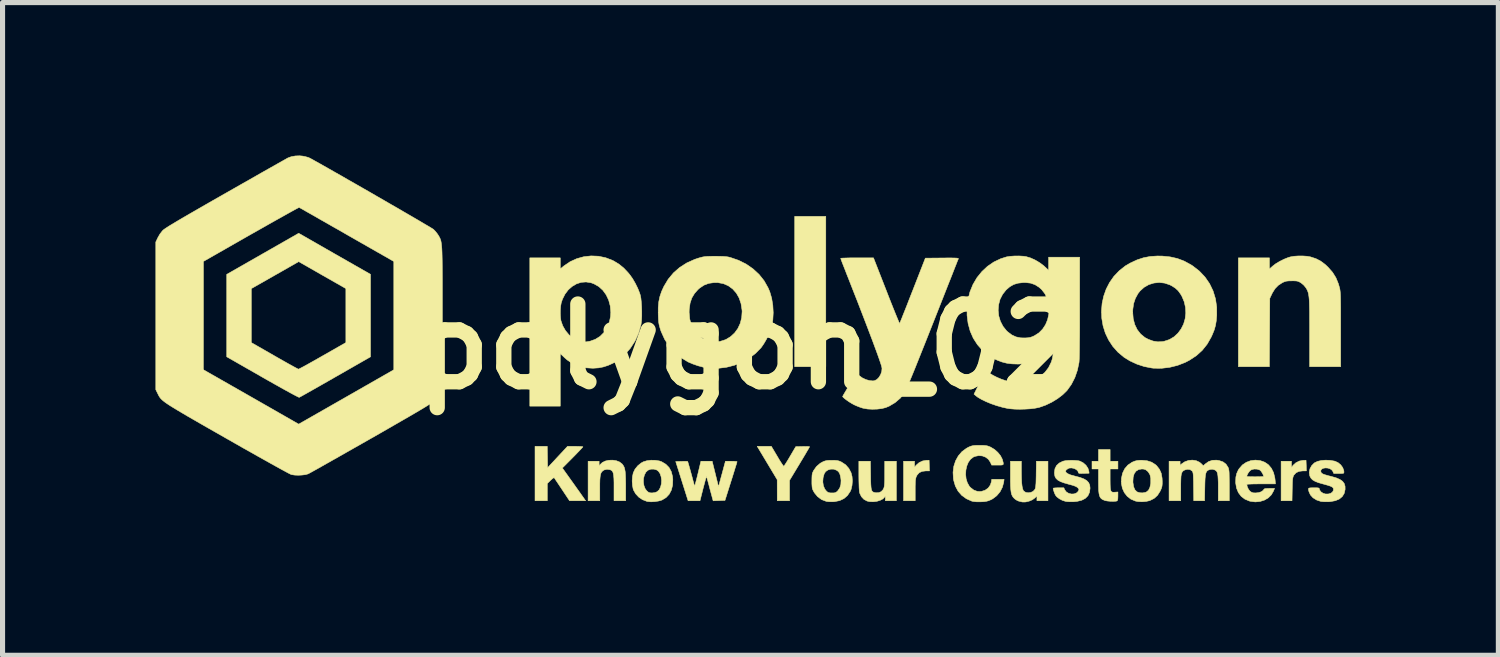
<source format=kicad_pcb>
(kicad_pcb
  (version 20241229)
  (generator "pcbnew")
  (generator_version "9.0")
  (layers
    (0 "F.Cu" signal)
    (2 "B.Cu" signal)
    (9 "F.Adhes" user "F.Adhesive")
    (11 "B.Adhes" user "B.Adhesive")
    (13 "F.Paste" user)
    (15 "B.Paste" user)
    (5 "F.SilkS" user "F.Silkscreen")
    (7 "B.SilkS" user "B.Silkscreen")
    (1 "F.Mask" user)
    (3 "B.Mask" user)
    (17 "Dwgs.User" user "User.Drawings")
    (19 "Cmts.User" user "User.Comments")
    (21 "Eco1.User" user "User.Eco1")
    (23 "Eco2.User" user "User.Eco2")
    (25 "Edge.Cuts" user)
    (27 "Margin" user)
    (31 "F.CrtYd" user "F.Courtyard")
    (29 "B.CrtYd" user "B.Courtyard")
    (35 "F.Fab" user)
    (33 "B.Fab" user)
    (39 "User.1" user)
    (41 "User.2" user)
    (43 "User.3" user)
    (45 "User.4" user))
  (footprint "polygon_02"
    (layer "F.Cu")
    (at 11.619 3.746)
    (property "Reference" "polygon_02" (at 0 0 0) (layer "F.SilkS") (effects (font (size 1.524 1.524) (thickness 0.3))))
    (attr through_hole)
    (fp_poly (pts (xy 1.524 0.394) (xy 0.914 0.394) (xy 0.914 -2.553) (xy 1.524 -2.553) (xy 1.524 0.394)) (stroke (width 0.01) (type solid)) (fill yes) (layer "F.SilkS"))
    (fp_poly (pts (xy 3.553 2.334) (xy 3.557 2.438) (xy 3.483 2.438) (xy 3.411 2.447) (xy 3.356 2.473) (xy 3.315 2.518) (xy 3.302 2.543) (xy 3.292 2.567) (xy 3.286 2.594) (xy 3.281 2.629) (xy 3.279 2.676) (xy 3.277 2.74) (xy 3.277 2.81) (xy 3.277 3.023) (xy 3.048 3.023) (xy 3.048 2.248) (xy 3.264 2.248) (xy 3.264 2.364) (xy 3.297 2.325) (xy 3.353 2.276) (xy 3.422 2.243) (xy 3.491 2.231) (xy 3.55 2.229) (xy 3.553 2.334)) (stroke (width 0.01) (type solid)) (fill yes) (layer "F.SilkS"))
    (fp_poly (pts (xy 10.945 2.334) (xy 10.948 2.438) (xy 10.875 2.438) (xy 10.801 2.447) (xy 10.744 2.475) (xy 10.702 2.521) (xy 10.697 2.53) (xy 10.689 2.549) (xy 10.682 2.575) (xy 10.677 2.61) (xy 10.674 2.66) (xy 10.672 2.727) (xy 10.67 2.797) (xy 10.666 3.023) (xy 10.452 3.023) (xy 10.452 2.248) (xy 10.655 2.248) (xy 10.655 2.308) (xy 10.656 2.369) (xy 10.688 2.327) (xy 10.741 2.279) (xy 10.808 2.245) (xy 10.88 2.231) (xy 10.883 2.231) (xy 10.941 2.229) (xy 10.945 2.334)) (stroke (width 0.01) (type solid)) (fill yes) (layer "F.SilkS"))
    (fp_poly (pts (xy 0.573 2.153) (xy 0.61 2.216) (xy 0.644 2.27) (xy 0.672 2.312) (xy 0.692 2.339) (xy 0.7 2.347) (xy 0.71 2.335) (xy 0.73 2.305) (xy 0.759 2.26) (xy 0.793 2.204) (xy 0.823 2.153) (xy 0.935 1.962) (xy 1.071 1.959) (xy 1.126 1.958) (xy 1.17 1.959) (xy 1.199 1.961) (xy 1.206 1.963) (xy 1.2 1.976) (xy 1.182 2.008) (xy 1.154 2.055) (xy 1.118 2.117) (xy 1.075 2.189) (xy 1.027 2.268) (xy 1.01 2.297) (xy 0.813 2.623) (xy 0.813 3.023) (xy 0.572 3.023) (xy 0.571 2.61) (xy 0.375 2.283) (xy 0.179 1.956) (xy 0.456 1.956) (xy 0.573 2.153)) (stroke (width 0.01) (type solid)) (fill yes) (layer "F.SilkS"))
    (fp_poly (pts (xy -3.934 2.165) (xy -3.931 2.375) (xy -3.54 1.956) (xy -3.389 1.956) (xy -3.331 1.957) (xy -3.283 1.959) (xy -3.25 1.962) (xy -3.239 1.965) (xy -3.239 1.965) (xy -3.247 1.977) (xy -3.271 2.003) (xy -3.308 2.042) (xy -3.355 2.091) (xy -3.41 2.148) (xy -3.44 2.178) (xy -3.642 2.381) (xy -3.465 2.629) (xy -3.412 2.703) (xy -3.361 2.775) (xy -3.314 2.841) (xy -3.275 2.896) (xy -3.247 2.936) (xy -3.237 2.95) (xy -3.186 3.023) (xy -3.501 3.023) (xy -3.646 2.805) (xy -3.69 2.739) (xy -3.73 2.679) (xy -3.763 2.63) (xy -3.787 2.594) (xy -3.799 2.575) (xy -3.8 2.573) (xy -3.814 2.574) (xy -3.841 2.593) (xy -3.873 2.622) (xy -3.937 2.685) (xy -3.937 3.023) (xy -4.178 3.023) (xy -4.178 1.956) (xy -3.938 1.956) (xy -3.934 2.165)) (stroke (width 0.01) (type solid)) (fill yes) (layer "F.SilkS"))
    (fp_poly (pts (xy 7.099 2.248) (xy 7.252 2.248) (xy 7.252 2.4) (xy 7.099 2.4) (xy 7.099 2.609) (xy 7.1 2.695) (xy 7.102 2.759) (xy 7.107 2.804) (xy 7.116 2.833) (xy 7.131 2.849) (xy 7.153 2.856) (xy 7.182 2.856) (xy 7.197 2.855) (xy 7.252 2.851) (xy 7.252 2.935) (xy 7.25 2.984) (xy 7.245 3.012) (xy 7.235 3.026) (xy 7.232 3.028) (xy 7.2 3.033) (xy 7.152 3.035) (xy 7.098 3.033) (xy 7.045 3.028) (xy 7.002 3.02) (xy 6.994 3.017) (xy 6.957 3.002) (xy 6.928 2.984) (xy 6.906 2.959) (xy 6.891 2.926) (xy 6.881 2.88) (xy 6.874 2.818) (xy 6.872 2.738) (xy 6.871 2.635) (xy 6.871 2.632) (xy 6.871 2.4) (xy 6.744 2.4) (xy 6.744 2.248) (xy 6.871 2.248) (xy 6.871 2.019) (xy 7.099 2.019) (xy 7.099 2.248)) (stroke (width 0.01) (type solid)) (fill yes) (layer "F.SilkS"))
    (fp_poly (pts (xy -2.584 2.238) (xy -2.52 2.263) (xy -2.47 2.302) (xy -2.465 2.307) (xy -2.446 2.335) (xy -2.43 2.365) (xy -2.419 2.403) (xy -2.41 2.451) (xy -2.405 2.513) (xy -2.402 2.591) (xy -2.4 2.69) (xy -2.4 2.75) (xy -2.4 3.023) (xy -2.629 3.023) (xy -2.629 2.768) (xy -2.629 2.667) (xy -2.631 2.589) (xy -2.636 2.529) (xy -2.643 2.486) (xy -2.654 2.456) (xy -2.669 2.435) (xy -2.689 2.422) (xy -2.709 2.414) (xy -2.767 2.406) (xy -2.822 2.419) (xy -2.85 2.437) (xy -2.869 2.456) (xy -2.884 2.48) (xy -2.894 2.512) (xy -2.901 2.554) (xy -2.906 2.612) (xy -2.908 2.688) (xy -2.908 2.781) (xy -2.908 3.023) (xy -3.137 3.023) (xy -3.137 2.248) (xy -2.921 2.248) (xy -2.921 2.295) (xy -2.92 2.325) (xy -2.916 2.333) (xy -2.906 2.321) (xy -2.901 2.314) (xy -2.858 2.273) (xy -2.798 2.244) (xy -2.729 2.229) (xy -2.655 2.227) (xy -2.584 2.238)) (stroke (width 0.01) (type solid)) (fill yes) (layer "F.SilkS"))
    (fp_poly (pts (xy 5.359 2.462) (xy 5.361 2.577) (xy 5.365 2.669) (xy 5.373 2.739) (xy 5.384 2.79) (xy 5.398 2.825) (xy 5.406 2.834) (xy 5.444 2.859) (xy 5.492 2.867) (xy 5.544 2.86) (xy 5.589 2.839) (xy 5.622 2.804) (xy 5.623 2.802) (xy 5.631 2.785) (xy 5.637 2.761) (xy 5.641 2.727) (xy 5.645 2.68) (xy 5.647 2.615) (xy 5.649 2.53) (xy 5.649 2.505) (xy 5.653 2.248) (xy 5.88 2.248) (xy 5.88 3.023) (xy 5.664 3.023) (xy 5.664 2.929) (xy 5.623 2.969) (xy 5.573 3.005) (xy 5.51 3.031) (xy 5.444 3.047) (xy 5.382 3.048) (xy 5.353 3.042) (xy 5.332 3.036) (xy 5.306 3.03) (xy 5.275 3.017) (xy 5.238 2.993) (xy 5.226 2.983) (xy 5.202 2.959) (xy 5.183 2.932) (xy 5.168 2.899) (xy 5.158 2.857) (xy 5.151 2.802) (xy 5.146 2.731) (xy 5.144 2.641) (xy 5.144 2.531) (xy 5.144 2.248) (xy 5.359 2.248) (xy 5.359 2.462)) (stroke (width 0.01) (type solid)) (fill yes) (layer "F.SilkS"))
    (fp_poly (pts (xy 2.403 2.526) (xy 2.404 2.625) (xy 2.407 2.701) (xy 2.411 2.758) (xy 2.417 2.799) (xy 2.427 2.827) (xy 2.441 2.845) (xy 2.46 2.856) (xy 2.485 2.863) (xy 2.496 2.865) (xy 2.558 2.866) (xy 2.609 2.845) (xy 2.648 2.804) (xy 2.655 2.789) (xy 2.664 2.768) (xy 2.67 2.743) (xy 2.674 2.71) (xy 2.677 2.667) (xy 2.679 2.607) (xy 2.679 2.528) (xy 2.679 2.492) (xy 2.68 2.248) (xy 2.908 2.248) (xy 2.908 3.023) (xy 2.692 3.023) (xy 2.692 2.975) (xy 2.691 2.946) (xy 2.686 2.94) (xy 2.679 2.949) (xy 2.644 2.986) (xy 2.591 3.014) (xy 2.526 3.034) (xy 2.455 3.043) (xy 2.384 3.04) (xy 2.334 3.029) (xy 2.272 2.996) (xy 2.223 2.944) (xy 2.19 2.876) (xy 2.185 2.855) (xy 2.181 2.823) (xy 2.177 2.771) (xy 2.175 2.704) (xy 2.173 2.625) (xy 2.172 2.541) (xy 2.172 2.52) (xy 2.172 2.248) (xy 2.399 2.248) (xy 2.403 2.526)) (stroke (width 0.01) (type solid)) (fill yes) (layer "F.SilkS"))
    (fp_poly (pts (xy -8.108 -1.819) (xy -7.404 -1.417) (xy -7.404 0.201) (xy -8.093 0.595) (xy -8.215 0.665) (xy -8.331 0.731) (xy -8.438 0.792) (xy -8.535 0.847) (xy -8.62 0.895) (xy -8.691 0.935) (xy -8.746 0.966) (xy -8.783 0.986) (xy -8.801 0.996) (xy -8.801 0.996) (xy -8.816 0.991) (xy -8.85 0.974) (xy -8.902 0.947) (xy -8.971 0.91) (xy -9.055 0.864) (xy -9.152 0.81) (xy -9.259 0.75) (xy -9.376 0.684) (xy -9.5 0.614) (xy -9.522 0.601) (xy -10.223 0.2) (xy -10.223 -0.078) (xy -9.741 -0.078) (xy -9.287 0.182) (xy -9.189 0.238) (xy -9.097 0.29) (xy -9.014 0.337) (xy -8.943 0.376) (xy -8.885 0.408) (xy -8.843 0.43) (xy -8.82 0.442) (xy -8.817 0.443) (xy -8.803 0.437) (xy -8.769 0.42) (xy -8.718 0.393) (xy -8.652 0.357) (xy -8.574 0.313) (xy -8.486 0.264) (xy -8.39 0.209) (xy -8.344 0.183) (xy -7.887 -0.078) (xy -7.887 -1.138) (xy -8.35 -1.402) (xy -8.812 -1.666) (xy -9.277 -1.401) (xy -9.741 -1.137) (xy -9.741 -0.607) (xy -9.741 -0.078) (xy -10.223 -0.078) (xy -10.223 -0.608) (xy -10.223 -1.416) (xy -8.812 -2.222) (xy -8.108 -1.819)) (stroke (width 0.01) (type solid)) (fill yes) (layer "F.SilkS"))
    (fp_poly (pts (xy -1.816 2.23) (xy -1.738 2.243) (xy -1.695 2.258) (xy -1.612 2.308) (xy -1.549 2.372) (xy -1.506 2.452) (xy -1.481 2.549) (xy -1.476 2.606) (xy -1.48 2.716) (xy -1.504 2.813) (xy -1.547 2.895) (xy -1.608 2.96) (xy -1.687 3.008) (xy -1.69 3.009) (xy -1.753 3.028) (xy -1.828 3.04) (xy -1.904 3.044) (xy -1.97 3.038) (xy -1.985 3.035) (xy -2.07 3.002) (xy -2.145 2.951) (xy -2.205 2.886) (xy -2.247 2.812) (xy -2.254 2.79) (xy -2.268 2.717) (xy -2.271 2.655) (xy -2.053 2.655) (xy -2.042 2.725) (xy -2.018 2.787) (xy -1.987 2.828) (xy -1.956 2.855) (xy -1.927 2.867) (xy -1.885 2.87) (xy -1.884 2.87) (xy -1.827 2.863) (xy -1.783 2.846) (xy -1.743 2.808) (xy -1.716 2.754) (xy -1.7 2.69) (xy -1.696 2.621) (xy -1.705 2.554) (xy -1.725 2.493) (xy -1.757 2.445) (xy -1.79 2.42) (xy -1.847 2.403) (xy -1.908 2.404) (xy -1.962 2.424) (xy -1.963 2.424) (xy -2.004 2.463) (xy -2.033 2.519) (xy -2.05 2.585) (xy -2.053 2.655) (xy -2.271 2.655) (xy -2.273 2.633) (xy -2.267 2.55) (xy -2.252 2.479) (xy -2.252 2.477) (xy -2.217 2.404) (xy -2.163 2.337) (xy -2.097 2.283) (xy -2.055 2.26) (xy -1.984 2.238) (xy -1.902 2.228) (xy -1.816 2.23)) (stroke (width 0.01) (type solid)) (fill yes) (layer "F.SilkS"))
    (fp_poly (pts (xy 7.825 2.239) (xy 7.913 2.267) (xy 7.988 2.315) (xy 8.013 2.338) (xy 8.066 2.406) (xy 8.101 2.484) (xy 8.118 2.578) (xy 8.121 2.636) (xy 8.121 2.693) (xy 8.117 2.735) (xy 8.108 2.771) (xy 8.092 2.81) (xy 8.079 2.837) (xy 8.028 2.917) (xy 7.962 2.977) (xy 7.879 3.019) (xy 7.876 3.02) (xy 7.807 3.036) (xy 7.726 3.043) (xy 7.646 3.039) (xy 7.595 3.029) (xy 7.507 2.992) (xy 7.435 2.936) (xy 7.378 2.864) (xy 7.339 2.778) (xy 7.32 2.682) (xy 7.32 2.649) (xy 7.546 2.649) (xy 7.547 2.667) (xy 7.56 2.749) (xy 7.585 2.808) (xy 7.624 2.847) (xy 7.63 2.85) (xy 7.678 2.866) (xy 7.736 2.869) (xy 7.791 2.859) (xy 7.811 2.851) (xy 7.852 2.817) (xy 7.879 2.762) (xy 7.895 2.687) (xy 7.896 2.667) (xy 7.896 2.582) (xy 7.881 2.514) (xy 7.85 2.462) (xy 7.829 2.44) (xy 7.794 2.414) (xy 7.76 2.403) (xy 7.722 2.4) (xy 7.658 2.411) (xy 7.607 2.443) (xy 7.571 2.493) (xy 7.551 2.563) (xy 7.546 2.649) (xy 7.32 2.649) (xy 7.321 2.585) (xy 7.343 2.483) (xy 7.385 2.396) (xy 7.447 2.324) (xy 7.528 2.269) (xy 7.544 2.262) (xy 7.586 2.245) (xy 7.627 2.235) (xy 7.676 2.23) (xy 7.722 2.229) (xy 7.825 2.239)) (stroke (width 0.01) (type solid)) (fill yes) (layer "F.SilkS"))
    (fp_poly (pts (xy -0.642 2.498) (xy -0.58 2.749) (xy -0.525 2.546) (xy -0.505 2.474) (xy -0.487 2.407) (xy -0.472 2.351) (xy -0.461 2.31) (xy -0.457 2.296) (xy -0.444 2.248) (xy -0.33 2.248) (xy -0.28 2.249) (xy -0.241 2.252) (xy -0.219 2.255) (xy -0.216 2.257) (xy -0.22 2.271) (xy -0.23 2.307) (xy -0.247 2.36) (xy -0.268 2.429) (xy -0.293 2.509) (xy -0.321 2.599) (xy -0.335 2.642) (xy -0.453 3.016) (xy -0.685 3.024) (xy -0.704 2.956) (xy -0.714 2.918) (xy -0.729 2.863) (xy -0.747 2.797) (xy -0.765 2.728) (xy -0.767 2.719) (xy -0.784 2.657) (xy -0.798 2.605) (xy -0.809 2.567) (xy -0.815 2.547) (xy -0.816 2.546) (xy -0.82 2.556) (xy -0.829 2.587) (xy -0.843 2.636) (xy -0.86 2.699) (xy -0.879 2.771) (xy -0.882 2.782) (xy -0.943 3.023) (xy -1.176 3.023) (xy -1.419 2.254) (xy -1.305 2.251) (xy -1.254 2.25) (xy -1.213 2.25) (xy -1.189 2.251) (xy -1.185 2.253) (xy -1.18 2.266) (xy -1.17 2.3) (xy -1.155 2.351) (xy -1.137 2.415) (xy -1.117 2.488) (xy -1.116 2.491) (xy -1.096 2.565) (xy -1.079 2.63) (xy -1.064 2.683) (xy -1.054 2.72) (xy -1.05 2.737) (xy -1.049 2.737) (xy -1.045 2.729) (xy -1.037 2.7) (xy -1.024 2.653) (xy -1.008 2.592) (xy -0.99 2.519) (xy -0.985 2.499) (xy -0.925 2.248) (xy -0.704 2.248) (xy -0.642 2.498)) (stroke (width 0.01) (type solid)) (fill yes) (layer "F.SilkS"))
    (fp_poly (pts (xy 1.705 2.231) (xy 1.749 2.235) (xy 1.785 2.244) (xy 1.823 2.26) (xy 1.832 2.265) (xy 1.913 2.318) (xy 1.976 2.39) (xy 2.02 2.475) (xy 2.039 2.55) (xy 2.045 2.635) (xy 2.038 2.722) (xy 2.02 2.8) (xy 2.004 2.838) (xy 1.949 2.92) (xy 1.88 2.98) (xy 1.796 3.02) (xy 1.697 3.04) (xy 1.672 3.042) (xy 1.619 3.043) (xy 1.568 3.04) (xy 1.533 3.035) (xy 1.441 3) (xy 1.364 2.943) (xy 1.301 2.867) (xy 1.281 2.832) (xy 1.267 2.803) (xy 1.258 2.774) (xy 1.254 2.738) (xy 1.251 2.689) (xy 1.251 2.651) (xy 1.465 2.651) (xy 1.476 2.727) (xy 1.503 2.792) (xy 1.531 2.828) (xy 1.558 2.853) (xy 1.584 2.865) (xy 1.618 2.87) (xy 1.645 2.87) (xy 1.689 2.869) (xy 1.718 2.861) (xy 1.743 2.844) (xy 1.759 2.828) (xy 1.797 2.774) (xy 1.819 2.704) (xy 1.823 2.624) (xy 1.817 2.572) (xy 1.804 2.514) (xy 1.788 2.474) (xy 1.765 2.446) (xy 1.736 2.425) (xy 1.681 2.404) (xy 1.622 2.403) (xy 1.567 2.419) (xy 1.521 2.451) (xy 1.493 2.493) (xy 1.471 2.571) (xy 1.465 2.651) (xy 1.251 2.651) (xy 1.251 2.635) (xy 1.252 2.572) (xy 1.254 2.526) (xy 1.259 2.493) (xy 1.269 2.464) (xy 1.284 2.433) (xy 1.285 2.431) (xy 1.341 2.352) (xy 1.415 2.288) (xy 1.473 2.256) (xy 1.511 2.242) (xy 1.554 2.233) (xy 1.61 2.23) (xy 1.645 2.23) (xy 1.705 2.231)) (stroke (width 0.01) (type solid)) (fill yes) (layer "F.SilkS"))
    (fp_poly (pts (xy 10.877 -1.777) (xy 10.961 -1.771) (xy 11.029 -1.759) (xy 11.03 -1.758) (xy 11.135 -1.724) (xy 11.228 -1.676) (xy 11.316 -1.61) (xy 11.373 -1.556) (xy 11.461 -1.456) (xy 11.527 -1.35) (xy 11.575 -1.232) (xy 11.595 -1.163) (xy 11.601 -1.141) (xy 11.605 -1.118) (xy 11.609 -1.092) (xy 11.612 -1.062) (xy 11.615 -1.024) (xy 11.617 -0.977) (xy 11.618 -0.919) (xy 11.619 -0.847) (xy 11.62 -0.759) (xy 11.62 -0.653) (xy 11.62 -0.526) (xy 11.62 -0.377) (xy 11.62 -0.335) (xy 11.62 0.394) (xy 11.011 0.394) (xy 11.011 -0.277) (xy 11.011 -0.435) (xy 11.01 -0.57) (xy 11.01 -0.684) (xy 11.008 -0.779) (xy 11.006 -0.858) (xy 11.003 -0.923) (xy 10.998 -0.975) (xy 10.992 -1.017) (xy 10.985 -1.052) (xy 10.975 -1.082) (xy 10.964 -1.108) (xy 10.951 -1.133) (xy 10.937 -1.155) (xy 10.898 -1.203) (xy 10.848 -1.245) (xy 10.84 -1.251) (xy 10.808 -1.269) (xy 10.78 -1.281) (xy 10.747 -1.287) (xy 10.703 -1.289) (xy 10.663 -1.289) (xy 10.604 -1.288) (xy 10.561 -1.284) (xy 10.526 -1.275) (xy 10.49 -1.26) (xy 10.474 -1.252) (xy 10.397 -1.202) (xy 10.334 -1.137) (xy 10.281 -1.053) (xy 10.27 -1.03) (xy 10.23 -0.946) (xy 10.226 -0.276) (xy 10.222 0.394) (xy 9.614 0.394) (xy 9.614 -1.74) (xy 10.223 -1.74) (xy 10.223 -1.522) (xy 10.289 -1.58) (xy 10.349 -1.626) (xy 10.425 -1.671) (xy 10.509 -1.713) (xy 10.591 -1.746) (xy 10.636 -1.759) (xy 10.705 -1.771) (xy 10.789 -1.777) (xy 10.877 -1.777)) (stroke (width 0.01) (type solid)) (fill yes) (layer "F.SilkS"))
    (fp_poly (pts (xy 8.786 2.237) (xy 8.851 2.267) (xy 8.884 2.294) (xy 8.927 2.337) (xy 8.962 2.304) (xy 9.03 2.255) (xy 9.104 2.23) (xy 9.188 2.227) (xy 9.237 2.235) (xy 9.313 2.261) (xy 9.371 2.305) (xy 9.412 2.368) (xy 9.412 2.368) (xy 9.42 2.387) (xy 9.425 2.41) (xy 9.43 2.439) (xy 9.433 2.478) (xy 9.434 2.532) (xy 9.435 2.603) (xy 9.436 2.694) (xy 9.436 2.721) (xy 9.436 3.023) (xy 9.22 3.023) (xy 9.22 2.778) (xy 9.22 2.676) (xy 9.217 2.597) (xy 9.213 2.536) (xy 9.206 2.492) (xy 9.196 2.461) (xy 9.182 2.439) (xy 9.163 2.425) (xy 9.147 2.417) (xy 9.107 2.405) (xy 9.07 2.408) (xy 9.053 2.412) (xy 9.025 2.422) (xy 9.003 2.436) (xy 8.987 2.457) (xy 8.975 2.488) (xy 8.967 2.532) (xy 8.961 2.593) (xy 8.958 2.672) (xy 8.956 2.765) (xy 8.951 3.023) (xy 8.739 3.023) (xy 8.735 2.745) (xy 8.734 2.652) (xy 8.732 2.582) (xy 8.73 2.531) (xy 8.727 2.494) (xy 8.722 2.47) (xy 8.717 2.454) (xy 8.709 2.442) (xy 8.708 2.44) (xy 8.666 2.412) (xy 8.615 2.406) (xy 8.568 2.418) (xy 8.542 2.43) (xy 8.522 2.446) (xy 8.507 2.469) (xy 8.496 2.501) (xy 8.489 2.545) (xy 8.486 2.606) (xy 8.484 2.687) (xy 8.484 2.768) (xy 8.484 3.023) (xy 8.255 3.023) (xy 8.255 2.248) (xy 8.471 2.248) (xy 8.471 2.329) (xy 8.499 2.302) (xy 8.563 2.259) (xy 8.636 2.233) (xy 8.712 2.226) (xy 8.786 2.237)) (stroke (width 0.01) (type solid)) (fill yes) (layer "F.SilkS"))
    (fp_poly (pts (xy 4.604 1.937) (xy 4.651 1.94) (xy 4.687 1.946) (xy 4.72 1.956) (xy 4.757 1.972) (xy 4.76 1.974) (xy 4.832 2.017) (xy 4.896 2.074) (xy 4.949 2.139) (xy 4.985 2.209) (xy 5.003 2.277) (xy 5.004 2.295) (xy 5.003 2.309) (xy 4.996 2.317) (xy 4.978 2.322) (xy 4.946 2.324) (xy 4.892 2.324) (xy 4.89 2.324) (xy 4.776 2.324) (xy 4.752 2.269) (xy 4.713 2.211) (xy 4.659 2.169) (xy 4.593 2.144) (xy 4.522 2.138) (xy 4.449 2.153) (xy 4.418 2.166) (xy 4.363 2.208) (xy 4.319 2.268) (xy 4.289 2.341) (xy 4.271 2.422) (xy 4.266 2.507) (xy 4.275 2.591) (xy 4.299 2.669) (xy 4.337 2.737) (xy 4.361 2.764) (xy 4.426 2.814) (xy 4.497 2.84) (xy 4.571 2.841) (xy 4.645 2.818) (xy 4.649 2.816) (xy 4.709 2.773) (xy 4.751 2.714) (xy 4.771 2.652) (xy 4.778 2.603) (xy 5.02 2.603) (xy 5.012 2.663) (xy 4.986 2.759) (xy 4.94 2.848) (xy 4.875 2.925) (xy 4.796 2.985) (xy 4.759 3.004) (xy 4.714 3.023) (xy 4.672 3.034) (xy 4.623 3.041) (xy 4.559 3.044) (xy 4.483 3.044) (xy 4.421 3.038) (xy 4.388 3.031) (xy 4.28 2.983) (xy 4.189 2.917) (xy 4.117 2.834) (xy 4.064 2.734) (xy 4.031 2.62) (xy 4.026 2.59) (xy 4.019 2.466) (xy 4.034 2.348) (xy 4.069 2.24) (xy 4.123 2.143) (xy 4.194 2.06) (xy 4.282 1.995) (xy 4.324 1.972) (xy 4.361 1.956) (xy 4.394 1.946) (xy 4.43 1.94) (xy 4.476 1.937) (xy 4.54 1.937) (xy 4.604 1.937)) (stroke (width 0.01) (type solid)) (fill yes) (layer "F.SilkS"))
    (fp_poly (pts (xy 10.043 2.236) (xy 10.13 2.267) (xy 10.203 2.317) (xy 10.261 2.386) (xy 10.304 2.472) (xy 10.329 2.574) (xy 10.334 2.612) (xy 10.341 2.692) (xy 10.06 2.692) (xy 9.979 2.693) (xy 9.907 2.694) (xy 9.847 2.696) (xy 9.804 2.698) (xy 9.782 2.701) (xy 9.779 2.702) (xy 9.788 2.747) (xy 9.81 2.795) (xy 9.839 2.834) (xy 9.844 2.838) (xy 9.874 2.858) (xy 9.907 2.868) (xy 9.953 2.87) (xy 10.011 2.864) (xy 10.062 2.847) (xy 10.099 2.821) (xy 10.114 2.8) (xy 10.124 2.79) (xy 10.148 2.784) (xy 10.191 2.782) (xy 10.222 2.781) (xy 10.323 2.781) (xy 10.303 2.832) (xy 10.261 2.906) (xy 10.201 2.966) (xy 10.126 3.01) (xy 10.04 3.037) (xy 9.947 3.046) (xy 9.851 3.034) (xy 9.831 3.029) (xy 9.742 2.992) (xy 9.669 2.936) (xy 9.614 2.863) (xy 9.578 2.775) (xy 9.561 2.674) (xy 9.561 2.648) (xy 9.565 2.56) (xy 9.568 2.546) (xy 9.779 2.546) (xy 9.791 2.548) (xy 9.824 2.551) (xy 9.872 2.552) (xy 9.932 2.553) (xy 9.944 2.553) (xy 10.006 2.552) (xy 10.057 2.551) (xy 10.093 2.549) (xy 10.109 2.547) (xy 10.109 2.547) (xy 10.101 2.515) (xy 10.081 2.476) (xy 10.056 2.44) (xy 10.032 2.419) (xy 9.98 2.403) (xy 9.923 2.401) (xy 9.872 2.414) (xy 9.849 2.428) (xy 9.824 2.454) (xy 9.8 2.49) (xy 9.783 2.526) (xy 9.779 2.546) (xy 9.568 2.546) (xy 9.582 2.487) (xy 9.612 2.421) (xy 9.63 2.393) (xy 9.693 2.321) (xy 9.77 2.269) (xy 9.856 2.237) (xy 9.949 2.226) (xy 10.043 2.236)) (stroke (width 0.01) (type solid)) (fill yes) (layer "F.SilkS"))
    (fp_poly (pts (xy 6.42 2.233) (xy 6.477 2.239) (xy 6.507 2.246) (xy 6.572 2.28) (xy 6.626 2.328) (xy 6.665 2.387) (xy 6.682 2.445) (xy 6.687 2.483) (xy 6.582 2.487) (xy 6.53 2.488) (xy 6.498 2.486) (xy 6.482 2.481) (xy 6.477 2.472) (xy 6.477 2.47) (xy 6.465 2.438) (xy 6.435 2.411) (xy 6.393 2.39) (xy 6.346 2.38) (xy 6.3 2.382) (xy 6.279 2.39) (xy 6.24 2.416) (xy 6.225 2.442) (xy 6.235 2.468) (xy 6.269 2.493) (xy 6.326 2.517) (xy 6.406 2.539) (xy 6.41 2.54) (xy 6.509 2.566) (xy 6.585 2.595) (xy 6.641 2.628) (xy 6.678 2.668) (xy 6.699 2.716) (xy 6.706 2.774) (xy 6.706 2.777) (xy 6.695 2.858) (xy 6.664 2.925) (xy 6.612 2.977) (xy 6.54 3.014) (xy 6.448 3.036) (xy 6.385 3.042) (xy 6.327 3.043) (xy 6.272 3.041) (xy 6.229 3.036) (xy 6.225 3.035) (xy 6.164 3.016) (xy 6.105 2.985) (xy 6.056 2.948) (xy 6.035 2.924) (xy 6.017 2.892) (xy 6 2.849) (xy 5.987 2.807) (xy 5.982 2.778) (xy 5.993 2.774) (xy 6.025 2.771) (xy 6.069 2.769) (xy 6.086 2.769) (xy 6.191 2.769) (xy 6.21 2.81) (xy 6.241 2.851) (xy 6.287 2.878) (xy 6.339 2.891) (xy 6.392 2.889) (xy 6.439 2.871) (xy 6.464 2.849) (xy 6.484 2.819) (xy 6.487 2.797) (xy 6.47 2.774) (xy 6.461 2.764) (xy 6.431 2.745) (xy 6.379 2.724) (xy 6.302 2.703) (xy 6.294 2.701) (xy 6.198 2.674) (xy 6.125 2.647) (xy 6.072 2.617) (xy 6.037 2.583) (xy 6.016 2.542) (xy 6.008 2.492) (xy 6.007 2.473) (xy 6.017 2.396) (xy 6.048 2.333) (xy 6.101 2.284) (xy 6.174 2.248) (xy 6.179 2.247) (xy 6.224 2.237) (xy 6.285 2.232) (xy 6.353 2.23) (xy 6.42 2.233)) (stroke (width 0.01) (type solid)) (fill yes) (layer "F.SilkS"))
    (fp_poly (pts (xy 8.118 -1.775) (xy 8.275 -1.759) (xy 8.418 -1.727) (xy 8.552 -1.676) (xy 8.684 -1.604) (xy 8.718 -1.582) (xy 8.848 -1.481) (xy 8.959 -1.364) (xy 9.049 -1.234) (xy 9.118 -1.091) (xy 9.165 -0.937) (xy 9.189 -0.774) (xy 9.19 -0.616) (xy 9.181 -0.507) (xy 9.165 -0.413) (xy 9.14 -0.325) (xy 9.103 -0.234) (xy 9.08 -0.184) (xy 9.001 -0.046) (xy 8.905 0.074) (xy 8.79 0.178) (xy 8.656 0.266) (xy 8.572 0.31) (xy 8.423 0.368) (xy 8.266 0.407) (xy 8.106 0.426) (xy 7.95 0.424) (xy 7.911 0.419) (xy 7.768 0.391) (xy 7.624 0.344) (xy 7.488 0.281) (xy 7.374 0.211) (xy 7.253 0.11) (xy 7.151 -0.005) (xy 7.069 -0.131) (xy 7.005 -0.265) (xy 6.961 -0.406) (xy 6.936 -0.552) (xy 6.931 -0.674) (xy 7.542 -0.674) (xy 7.552 -0.547) (xy 7.582 -0.432) (xy 7.631 -0.331) (xy 7.698 -0.246) (xy 7.782 -0.177) (xy 7.843 -0.144) (xy 7.942 -0.108) (xy 8.035 -0.093) (xy 8.129 -0.098) (xy 8.156 -0.103) (xy 8.26 -0.137) (xy 8.352 -0.191) (xy 8.429 -0.262) (xy 8.492 -0.347) (xy 8.54 -0.442) (xy 8.57 -0.546) (xy 8.583 -0.656) (xy 8.577 -0.768) (xy 8.552 -0.879) (xy 8.506 -0.988) (xy 8.48 -1.031) (xy 8.432 -1.097) (xy 8.376 -1.148) (xy 8.306 -1.192) (xy 8.269 -1.211) (xy 8.167 -1.245) (xy 8.061 -1.257) (xy 7.957 -1.246) (xy 7.857 -1.215) (xy 7.766 -1.163) (xy 7.687 -1.092) (xy 7.646 -1.04) (xy 7.594 -0.945) (xy 7.56 -0.843) (xy 7.544 -0.731) (xy 7.542 -0.674) (xy 6.931 -0.674) (xy 6.93 -0.698) (xy 6.942 -0.845) (xy 6.973 -0.988) (xy 7.022 -1.127) (xy 7.089 -1.257) (xy 7.174 -1.378) (xy 7.278 -1.487) (xy 7.398 -1.582) (xy 7.494 -1.638) (xy 7.627 -1.7) (xy 7.755 -1.742) (xy 7.885 -1.767) (xy 8.025 -1.776) (xy 8.118 -1.775)) (stroke (width 0.01) (type solid)) (fill yes) (layer "F.SilkS"))
    (fp_poly (pts (xy -2.935 -1.772) (xy -2.792 -1.742) (xy -2.655 -1.689) (xy -2.632 -1.677) (xy -2.53 -1.615) (xy -2.437 -1.539) (xy -2.348 -1.444) (xy -2.322 -1.412) (xy -2.266 -1.334) (xy -2.212 -1.241) (xy -2.164 -1.144) (xy -2.127 -1.051) (xy -2.114 -1.01) (xy -2.102 -0.951) (xy -2.094 -0.874) (xy -2.088 -0.786) (xy -2.085 -0.692) (xy -2.085 -0.6) (xy -2.089 -0.516) (xy -2.097 -0.447) (xy -2.1 -0.429) (xy -2.147 -0.264) (xy -2.216 -0.11) (xy -2.308 0.032) (xy -2.423 0.163) (xy -2.426 0.166) (xy -2.485 0.221) (xy -2.539 0.263) (xy -2.598 0.299) (xy -2.644 0.323) (xy -2.746 0.369) (xy -2.839 0.399) (xy -2.931 0.417) (xy -3.032 0.424) (xy -3.054 0.424) (xy -3.196 0.415) (xy -3.323 0.386) (xy -3.44 0.335) (xy -3.548 0.261) (xy -3.595 0.22) (xy -3.683 0.137) (xy -3.683 1.168) (xy -4.28 1.168) (xy -4.28 -0.635) (xy -3.682 -0.635) (xy -3.677 -0.56) (xy -3.67 -0.509) (xy -3.635 -0.408) (xy -3.582 -0.315) (xy -3.514 -0.233) (xy -3.435 -0.167) (xy -3.347 -0.12) (xy -3.293 -0.103) (xy -3.23 -0.092) (xy -3.171 -0.093) (xy -3.102 -0.105) (xy -3.097 -0.106) (xy -2.994 -0.143) (xy -2.903 -0.2) (xy -2.827 -0.276) (xy -2.765 -0.368) (xy -2.722 -0.473) (xy -2.697 -0.589) (xy -2.692 -0.672) (xy -2.703 -0.797) (xy -2.734 -0.912) (xy -2.783 -1.015) (xy -2.848 -1.105) (xy -2.929 -1.178) (xy -3.023 -1.231) (xy -3.081 -1.252) (xy -3.177 -1.267) (xy -3.273 -1.26) (xy -3.365 -1.23) (xy -3.45 -1.18) (xy -3.526 -1.113) (xy -3.59 -1.028) (xy -3.64 -0.929) (xy -3.664 -0.857) (xy -3.675 -0.794) (xy -3.681 -0.716) (xy -3.682 -0.635) (xy -4.28 -0.635) (xy -4.28 -1.74) (xy -3.683 -1.74) (xy -3.683 -1.523) (xy -3.611 -1.582) (xy -3.49 -1.664) (xy -3.359 -1.724) (xy -3.221 -1.762) (xy -3.078 -1.778) (xy -2.935 -1.772)) (stroke (width 0.01) (type solid)) (fill yes) (layer "F.SilkS"))
    (fp_poly (pts (xy 11.412 2.231) (xy 11.496 2.245) (xy 11.51 2.249) (xy 11.569 2.276) (xy 11.621 2.319) (xy 11.66 2.373) (xy 11.681 2.43) (xy 11.684 2.457) (xy 11.683 2.473) (xy 11.676 2.483) (xy 11.659 2.487) (xy 11.625 2.489) (xy 11.585 2.489) (xy 11.485 2.489) (xy 11.467 2.448) (xy 11.443 2.416) (xy 11.407 2.394) (xy 11.365 2.382) (xy 11.32 2.379) (xy 11.28 2.386) (xy 11.248 2.402) (xy 11.231 2.427) (xy 11.231 2.454) (xy 11.238 2.472) (xy 11.253 2.487) (xy 11.278 2.501) (xy 11.318 2.515) (xy 11.377 2.532) (xy 11.435 2.546) (xy 11.532 2.574) (xy 11.605 2.606) (xy 11.657 2.642) (xy 11.69 2.686) (xy 11.706 2.739) (xy 11.707 2.801) (xy 11.689 2.879) (xy 11.651 2.941) (xy 11.593 2.989) (xy 11.515 3.022) (xy 11.417 3.04) (xy 11.391 3.042) (xy 11.333 3.043) (xy 11.278 3.041) (xy 11.237 3.037) (xy 11.231 3.036) (xy 11.147 3.008) (xy 11.078 2.965) (xy 11.027 2.909) (xy 10.999 2.848) (xy 10.989 2.81) (xy 10.988 2.787) (xy 10.999 2.775) (xy 11.027 2.77) (xy 11.075 2.769) (xy 11.093 2.769) (xy 11.146 2.769) (xy 11.178 2.771) (xy 11.195 2.777) (xy 11.201 2.786) (xy 11.201 2.792) (xy 11.21 2.817) (xy 11.231 2.845) (xy 11.234 2.849) (xy 11.276 2.877) (xy 11.324 2.891) (xy 11.375 2.891) (xy 11.421 2.879) (xy 11.457 2.855) (xy 11.477 2.821) (xy 11.478 2.811) (xy 11.478 2.787) (xy 11.47 2.768) (xy 11.45 2.752) (xy 11.417 2.736) (xy 11.365 2.719) (xy 11.293 2.699) (xy 11.271 2.693) (xy 11.183 2.668) (xy 11.118 2.642) (xy 11.07 2.614) (xy 11.038 2.581) (xy 11.017 2.542) (xy 11.014 2.535) (xy 11.004 2.467) (xy 11.017 2.398) (xy 11.05 2.336) (xy 11.101 2.284) (xy 11.11 2.278) (xy 11.167 2.251) (xy 11.24 2.234) (xy 11.324 2.227) (xy 11.412 2.231)) (stroke (width 0.01) (type solid)) (fill yes) (layer "F.SilkS"))
    (fp_poly (pts (xy -0.56 -1.77) (xy -0.491 -1.768) (xy -0.437 -1.764) (xy -0.392 -1.758) (xy -0.351 -1.748) (xy -0.35 -1.748) (xy -0.187 -1.692) (xy -0.037 -1.617) (xy 0.097 -1.524) (xy 0.215 -1.415) (xy 0.314 -1.291) (xy 0.392 -1.153) (xy 0.425 -1.076) (xy 0.462 -0.949) (xy 0.485 -0.809) (xy 0.493 -0.664) (xy 0.485 -0.521) (xy 0.464 -0.394) (xy 0.44 -0.318) (xy 0.404 -0.232) (xy 0.359 -0.142) (xy 0.31 -0.058) (xy 0.262 0.012) (xy 0.251 0.026) (xy 0.144 0.135) (xy 0.02 0.229) (xy -0.119 0.306) (xy -0.268 0.366) (xy -0.425 0.406) (xy -0.586 0.426) (xy -0.748 0.424) (xy -0.794 0.419) (xy -0.883 0.403) (xy -0.982 0.376) (xy -1.081 0.342) (xy -1.168 0.305) (xy -1.175 0.302) (xy -1.316 0.217) (xy -1.44 0.114) (xy -1.548 -0.007) (xy -1.636 -0.143) (xy -1.704 -0.294) (xy -1.717 -0.33) (xy -1.733 -0.384) (xy -1.745 -0.43) (xy -1.753 -0.477) (xy -1.758 -0.533) (xy -1.761 -0.603) (xy -1.762 -0.632) (xy -1.762 -0.672) (xy -1.156 -0.672) (xy -1.145 -0.544) (xy -1.115 -0.429) (xy -1.066 -0.328) (xy -0.999 -0.243) (xy -0.915 -0.175) (xy -0.857 -0.144) (xy -0.758 -0.108) (xy -0.664 -0.093) (xy -0.57 -0.098) (xy -0.544 -0.103) (xy -0.438 -0.137) (xy -0.345 -0.193) (xy -0.265 -0.266) (xy -0.2 -0.355) (xy -0.153 -0.457) (xy -0.125 -0.569) (xy -0.117 -0.689) (xy -0.119 -0.718) (xy -0.138 -0.842) (xy -0.176 -0.954) (xy -0.231 -1.05) (xy -0.302 -1.13) (xy -0.387 -1.192) (xy -0.483 -1.234) (xy -0.591 -1.254) (xy -0.665 -1.255) (xy -0.771 -1.24) (xy -0.864 -1.205) (xy -0.949 -1.148) (xy -0.979 -1.122) (xy -1.051 -1.041) (xy -1.104 -0.952) (xy -1.137 -0.852) (xy -1.154 -0.737) (xy -1.156 -0.672) (xy -1.762 -0.672) (xy -1.762 -0.762) (xy -1.752 -0.875) (xy -1.73 -0.98) (xy -1.695 -1.083) (xy -1.651 -1.179) (xy -1.566 -1.321) (xy -1.463 -1.445) (xy -1.342 -1.551) (xy -1.203 -1.64) (xy -1.047 -1.71) (xy -0.972 -1.735) (xy -0.926 -1.748) (xy -0.886 -1.758) (xy -0.846 -1.764) (xy -0.8 -1.768) (xy -0.742 -1.77) (xy -0.666 -1.771) (xy -0.648 -1.771) (xy -0.56 -1.77)) (stroke (width 0.01) (type solid)) (fill yes) (layer "F.SilkS"))
    (fp_poly (pts (xy 2.712 -1.093) (xy 2.759 -0.972) (xy 2.804 -0.858) (xy 2.845 -0.755) (xy 2.882 -0.663) (xy 2.914 -0.585) (xy 2.94 -0.523) (xy 2.958 -0.479) (xy 2.969 -0.456) (xy 2.971 -0.452) (xy 2.977 -0.465) (xy 2.991 -0.499) (xy 3.013 -0.553) (xy 3.041 -0.624) (xy 3.075 -0.709) (xy 3.114 -0.807) (xy 3.156 -0.916) (xy 3.202 -1.033) (xy 3.227 -1.096) (xy 3.476 -1.734) (xy 3.803 -1.737) (xy 3.906 -1.738) (xy 3.986 -1.738) (xy 4.045 -1.737) (xy 4.086 -1.735) (xy 4.111 -1.732) (xy 4.123 -1.728) (xy 4.124 -1.724) (xy 4.119 -1.71) (xy 4.104 -1.675) (xy 4.082 -1.618) (xy 4.052 -1.543) (xy 4.016 -1.45) (xy 3.973 -1.341) (xy 3.924 -1.218) (xy 3.871 -1.083) (xy 3.813 -0.936) (xy 3.751 -0.779) (xy 3.686 -0.614) (xy 3.618 -0.442) (xy 3.614 -0.432) (xy 3.534 -0.23) (xy 3.459 -0.041) (xy 3.389 0.134) (xy 3.325 0.294) (xy 3.267 0.439) (xy 3.215 0.566) (xy 3.17 0.674) (xy 3.133 0.764) (xy 3.103 0.833) (xy 3.082 0.881) (xy 3.069 0.906) (xy 3.068 0.908) (xy 2.984 1.012) (xy 2.882 1.099) (xy 2.766 1.168) (xy 2.698 1.196) (xy 2.623 1.215) (xy 2.533 1.226) (xy 2.436 1.229) (xy 2.342 1.224) (xy 2.259 1.209) (xy 2.253 1.208) (xy 2.192 1.188) (xy 2.126 1.162) (xy 2.075 1.139) (xy 2.029 1.113) (xy 1.98 1.083) (xy 1.933 1.05) (xy 1.893 1.02) (xy 1.865 0.995) (xy 1.854 0.979) (xy 1.854 0.978) (xy 1.861 0.965) (xy 1.878 0.934) (xy 1.904 0.89) (xy 1.936 0.836) (xy 1.971 0.777) (xy 2.008 0.717) (xy 2.043 0.66) (xy 2.075 0.61) (xy 2.1 0.571) (xy 2.116 0.547) (xy 2.12 0.542) (xy 2.137 0.542) (xy 2.168 0.562) (xy 2.18 0.571) (xy 2.24 0.614) (xy 2.31 0.647) (xy 2.382 0.667) (xy 2.447 0.673) (xy 2.48 0.669) (xy 2.526 0.645) (xy 2.567 0.603) (xy 2.6 0.548) (xy 2.621 0.487) (xy 2.626 0.427) (xy 2.625 0.419) (xy 2.618 0.387) (xy 2.601 0.332) (xy 2.575 0.255) (xy 2.54 0.156) (xy 2.496 0.036) (xy 2.444 -0.105) (xy 2.383 -0.266) (xy 2.314 -0.447) (xy 2.237 -0.647) (xy 2.153 -0.865) (xy 2.06 -1.101) (xy 1.961 -1.354) (xy 1.931 -1.429) (xy 1.9 -1.51) (xy 1.871 -1.583) (xy 1.847 -1.644) (xy 1.829 -1.692) (xy 1.819 -1.722) (xy 1.816 -1.73) (xy 1.828 -1.733) (xy 1.862 -1.735) (xy 1.915 -1.737) (xy 1.983 -1.739) (xy 2.063 -1.74) (xy 2.137 -1.74) (xy 2.459 -1.74) (xy 2.712 -1.093)) (stroke (width 0.01) (type solid)) (fill yes) (layer "F.SilkS"))
    (fp_poly (pts (xy 5.394 -1.772) (xy 5.451 -1.764) (xy 5.539 -1.738) (xy 5.633 -1.695) (xy 5.723 -1.641) (xy 5.802 -1.581) (xy 5.81 -1.573) (xy 5.893 -1.496) (xy 5.893 -1.753) (xy 6.502 -1.753) (xy 6.502 -0.769) (xy 6.502 -0.563) (xy 6.502 -0.376) (xy 6.501 -0.21) (xy 6.499 -0.065) (xy 6.498 0.059) (xy 6.496 0.159) (xy 6.494 0.237) (xy 6.491 0.29) (xy 6.489 0.313) (xy 6.457 0.465) (xy 6.407 0.609) (xy 6.339 0.742) (xy 6.256 0.858) (xy 6.251 0.864) (xy 6.169 0.944) (xy 6.068 1.021) (xy 5.955 1.09) (xy 5.834 1.148) (xy 5.712 1.191) (xy 5.696 1.195) (xy 5.625 1.209) (xy 5.536 1.22) (xy 5.437 1.226) (xy 5.333 1.229) (xy 5.233 1.227) (xy 5.143 1.22) (xy 5.086 1.212) (xy 4.983 1.189) (xy 4.874 1.158) (xy 4.767 1.121) (xy 4.666 1.079) (xy 4.577 1.036) (xy 4.504 0.993) (xy 4.472 0.969) (xy 4.43 0.933) (xy 4.542 0.708) (xy 4.577 0.639) (xy 4.608 0.579) (xy 4.635 0.53) (xy 4.654 0.497) (xy 4.664 0.483) (xy 4.665 0.483) (xy 4.68 0.489) (xy 4.709 0.506) (xy 4.732 0.521) (xy 4.799 0.562) (xy 4.88 0.603) (xy 4.965 0.639) (xy 5.041 0.665) (xy 5.048 0.667) (xy 5.124 0.683) (xy 5.214 0.692) (xy 5.308 0.696) (xy 5.397 0.693) (xy 5.473 0.684) (xy 5.491 0.681) (xy 5.619 0.64) (xy 5.728 0.582) (xy 5.819 0.507) (xy 5.891 0.414) (xy 5.945 0.305) (xy 5.961 0.255) (xy 5.973 0.202) (xy 5.981 0.146) (xy 5.982 0.123) (xy 5.982 0.061) (xy 5.934 0.104) (xy 5.818 0.195) (xy 5.697 0.263) (xy 5.568 0.31) (xy 5.427 0.336) (xy 5.293 0.343) (xy 5.175 0.339) (xy 5.073 0.326) (xy 4.979 0.302) (xy 4.884 0.266) (xy 4.845 0.248) (xy 4.712 0.17) (xy 4.595 0.074) (xy 4.497 -0.038) (xy 4.416 -0.164) (xy 4.355 -0.303) (xy 4.314 -0.454) (xy 4.294 -0.613) (xy 4.294 -0.713) (xy 4.904 -0.713) (xy 4.915 -0.603) (xy 4.947 -0.497) (xy 4.998 -0.398) (xy 5.068 -0.31) (xy 5.091 -0.289) (xy 5.17 -0.229) (xy 5.254 -0.19) (xy 5.346 -0.171) (xy 5.431 -0.169) (xy 5.492 -0.173) (xy 5.54 -0.182) (xy 5.586 -0.199) (xy 5.617 -0.214) (xy 5.704 -0.27) (xy 5.776 -0.343) (xy 5.833 -0.43) (xy 5.873 -0.527) (xy 5.896 -0.63) (xy 5.903 -0.735) (xy 5.893 -0.841) (xy 5.866 -0.942) (xy 5.821 -1.035) (xy 5.758 -1.117) (xy 5.705 -1.164) (xy 5.626 -1.214) (xy 5.541 -1.244) (xy 5.445 -1.255) (xy 5.391 -1.255) (xy 5.291 -1.243) (xy 5.206 -1.217) (xy 5.131 -1.173) (xy 5.06 -1.112) (xy 4.991 -1.025) (xy 4.941 -0.928) (xy 4.913 -0.822) (xy 4.904 -0.713) (xy 4.294 -0.713) (xy 4.295 -0.781) (xy 4.312 -0.92) (xy 4.351 -1.074) (xy 4.41 -1.218) (xy 4.488 -1.351) (xy 4.584 -1.47) (xy 4.694 -1.573) (xy 4.818 -1.658) (xy 4.952 -1.722) (xy 5.069 -1.759) (xy 5.139 -1.77) (xy 5.223 -1.776) (xy 5.312 -1.777) (xy 5.394 -1.772)) (stroke (width 0.01) (type solid)) (fill yes) (layer "F.SilkS"))
    (fp_poly (pts (xy -8.732 -3.735) (xy -8.683 -3.725) (xy -8.639 -3.713) (xy -8.614 -3.705) (xy -8.592 -3.694) (xy -8.55 -3.672) (xy -8.49 -3.638) (xy -8.414 -3.596) (xy -8.324 -3.545) (xy -8.22 -3.486) (xy -8.106 -3.421) (xy -7.982 -3.351) (xy -7.851 -3.275) (xy -7.714 -3.197) (xy -7.572 -3.116) (xy -7.429 -3.034) (xy -7.286 -2.951) (xy -7.143 -2.869) (xy -7.004 -2.788) (xy -6.869 -2.711) (xy -6.741 -2.636) (xy -6.622 -2.567) (xy -6.512 -2.503) (xy -6.415 -2.446) (xy -6.331 -2.396) (xy -6.262 -2.356) (xy -6.211 -2.325) (xy -6.179 -2.305) (xy -6.168 -2.297) (xy -6.131 -2.259) (xy -6.093 -2.211) (xy -6.074 -2.182) (xy -6.061 -2.161) (xy -6.051 -2.142) (xy -6.041 -2.123) (xy -6.033 -2.102) (xy -6.025 -2.078) (xy -6.019 -2.048) (xy -6.014 -2.013) (xy -6.009 -1.969) (xy -6.005 -1.917) (xy -6.002 -1.853) (xy -6 -1.777) (xy -5.998 -1.688) (xy -5.997 -1.583) (xy -5.996 -1.461) (xy -5.995 -1.321) (xy -5.995 -1.161) (xy -5.995 -0.98) (xy -5.995 -0.776) (xy -5.995 -0.616) (xy -5.995 -0.401) (xy -5.995 -0.2) (xy -5.996 -0.014) (xy -5.996 0.155) (xy -5.997 0.307) (xy -5.999 0.44) (xy -6 0.553) (xy -6.002 0.644) (xy -6.003 0.714) (xy -6.005 0.761) (xy -6.007 0.781) (xy -6.035 0.883) (xy -6.084 0.979) (xy -6.148 1.06) (xy -6.164 1.075) (xy -6.185 1.091) (xy -6.221 1.115) (xy -6.273 1.148) (xy -6.342 1.191) (xy -6.429 1.243) (xy -6.534 1.305) (xy -6.658 1.377) (xy -6.802 1.46) (xy -6.965 1.554) (xy -7.149 1.66) (xy -7.355 1.778) (xy -7.405 1.806) (xy -7.565 1.897) (xy -7.72 1.985) (xy -7.868 2.069) (xy -8.007 2.148) (xy -8.136 2.221) (xy -8.253 2.287) (xy -8.357 2.346) (xy -8.447 2.397) (xy -8.521 2.438) (xy -8.577 2.469) (xy -8.614 2.489) (xy -8.63 2.497) (xy -8.68 2.511) (xy -8.746 2.519) (xy -8.819 2.523) (xy -8.89 2.52) (xy -8.949 2.511) (xy -8.958 2.509) (xy -8.977 2.5) (xy -9.017 2.48) (xy -9.076 2.448) (xy -9.152 2.407) (xy -9.244 2.356) (xy -9.351 2.297) (xy -9.47 2.23) (xy -9.601 2.157) (xy -9.742 2.077) (xy -9.892 1.993) (xy -10.048 1.904) (xy -10.21 1.812) (xy -10.215 1.809) (xy -10.411 1.697) (xy -10.585 1.598) (xy -10.74 1.509) (xy -10.877 1.43) (xy -10.997 1.361) (xy -11.1 1.3) (xy -11.19 1.247) (xy -11.265 1.201) (xy -11.329 1.162) (xy -11.382 1.127) (xy -11.426 1.097) (xy -11.461 1.07) (xy -11.489 1.047) (xy -11.511 1.025) (xy -11.529 1.004) (xy -11.543 0.984) (xy -11.555 0.964) (xy -11.566 0.942) (xy -11.577 0.92) (xy -11.614 0.845) (xy -11.614 0.454) (xy -10.681 0.454) (xy -9.746 0.987) (xy -8.812 1.521) (xy -7.879 0.988) (xy -6.947 0.455) (xy -6.947 -0.607) (xy -6.947 -1.67) (xy -7.87 -2.197) (xy -8.01 -2.278) (xy -8.145 -2.354) (xy -8.272 -2.427) (xy -8.389 -2.493) (xy -8.494 -2.554) (xy -8.588 -2.607) (xy -8.666 -2.651) (xy -8.728 -2.687) (xy -8.773 -2.712) (xy -8.798 -2.726) (xy -8.804 -2.729) (xy -8.816 -2.723) (xy -8.849 -2.706) (xy -8.901 -2.678) (xy -8.97 -2.64) (xy -9.054 -2.593) (xy -9.152 -2.538) (xy -9.263 -2.476) (xy -9.384 -2.408) (xy -9.514 -2.334) (xy -9.652 -2.256) (xy -9.748 -2.202) (xy -10.68 -1.67) (xy -10.68 -0.608) (xy -10.681 0.454) (xy -11.614 0.454) (xy -11.614 -2.051) (xy -11.573 -2.137) (xy -11.533 -2.207) (xy -11.484 -2.27) (xy -11.471 -2.283) (xy -11.455 -2.296) (xy -11.428 -2.315) (xy -11.39 -2.34) (xy -11.34 -2.372) (xy -11.276 -2.41) (xy -11.198 -2.457) (xy -11.105 -2.512) (xy -10.995 -2.576) (xy -10.867 -2.65) (xy -10.721 -2.734) (xy -10.556 -2.829) (xy -10.37 -2.935) (xy -10.235 -3.012) (xy -10.075 -3.103) (xy -9.921 -3.191) (xy -9.774 -3.274) (xy -9.636 -3.353) (xy -9.508 -3.426) (xy -9.391 -3.492) (xy -9.288 -3.55) (xy -9.2 -3.6) (xy -9.127 -3.641) (xy -9.072 -3.672) (xy -9.037 -3.692) (xy -9.022 -3.7) (xy -8.956 -3.724) (xy -8.877 -3.738) (xy -8.794 -3.741) (xy -8.732 -3.735)) (stroke (width 0.01) (type solid)) (fill yes) (layer "F.SilkS")))
  (gr_rect
    (start -3 -3)
    (end 26.331 9.799)
    (stroke (width 0.1) (type default))
    (fill no)
    (layer "Edge.Cuts")))
</source>
